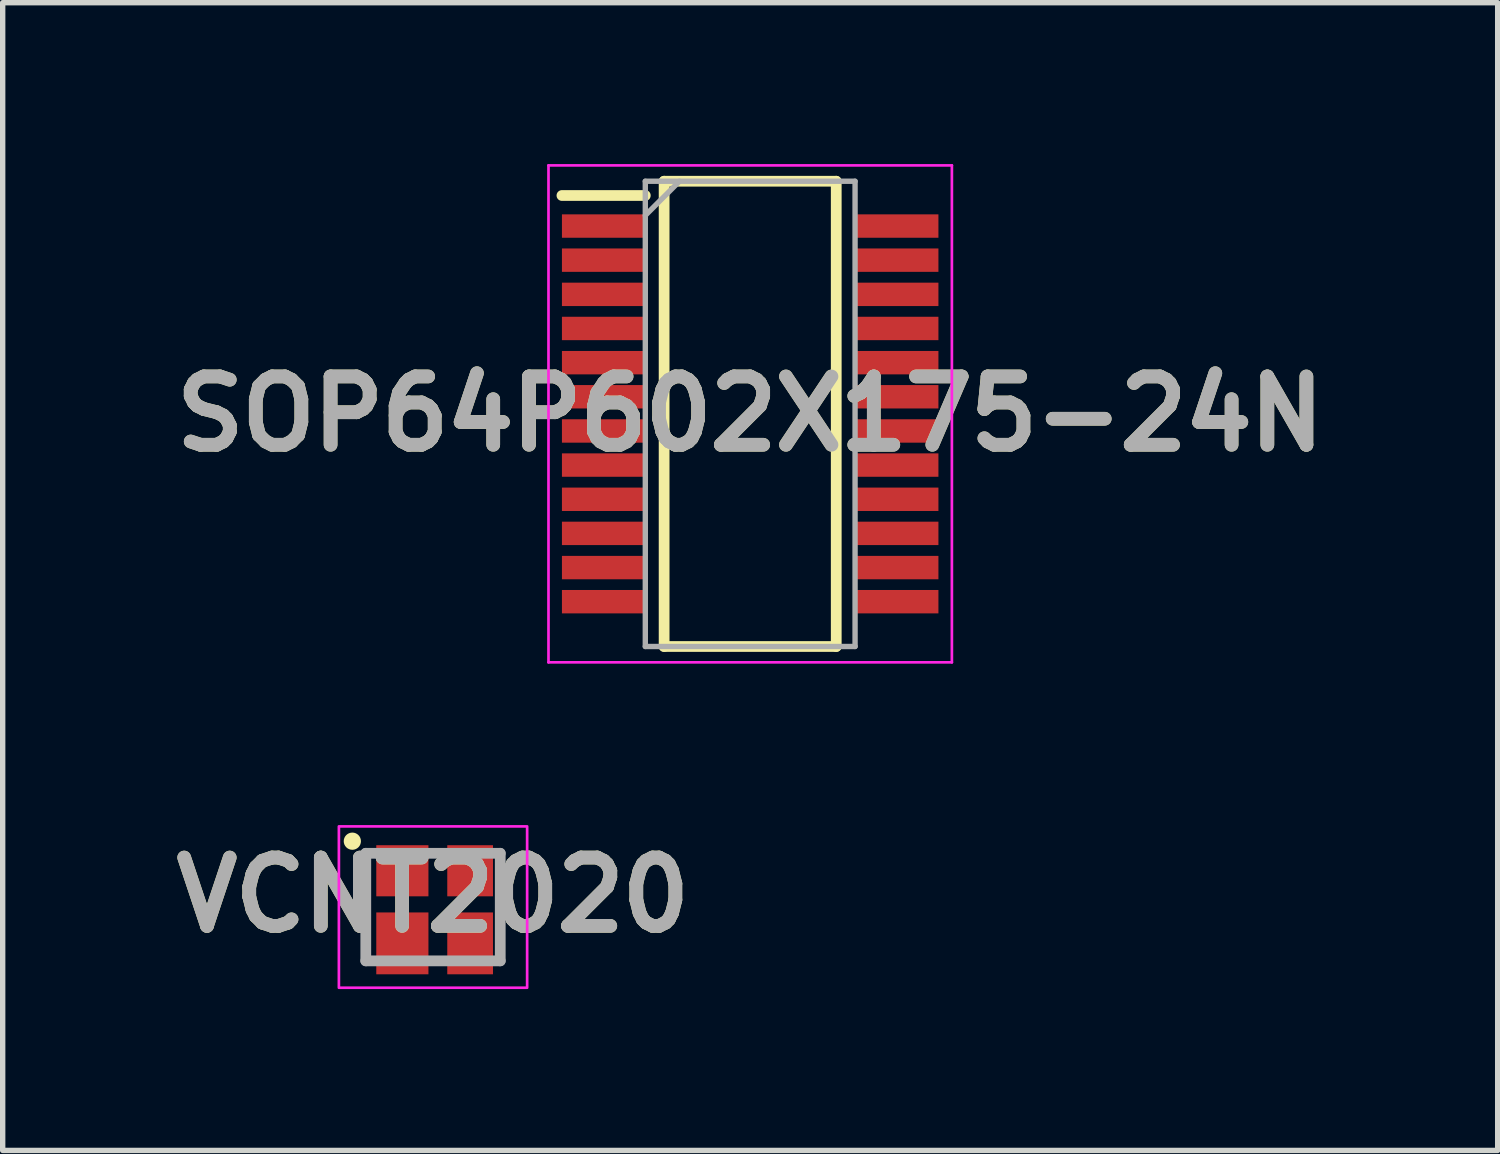
<source format=kicad_pcb>
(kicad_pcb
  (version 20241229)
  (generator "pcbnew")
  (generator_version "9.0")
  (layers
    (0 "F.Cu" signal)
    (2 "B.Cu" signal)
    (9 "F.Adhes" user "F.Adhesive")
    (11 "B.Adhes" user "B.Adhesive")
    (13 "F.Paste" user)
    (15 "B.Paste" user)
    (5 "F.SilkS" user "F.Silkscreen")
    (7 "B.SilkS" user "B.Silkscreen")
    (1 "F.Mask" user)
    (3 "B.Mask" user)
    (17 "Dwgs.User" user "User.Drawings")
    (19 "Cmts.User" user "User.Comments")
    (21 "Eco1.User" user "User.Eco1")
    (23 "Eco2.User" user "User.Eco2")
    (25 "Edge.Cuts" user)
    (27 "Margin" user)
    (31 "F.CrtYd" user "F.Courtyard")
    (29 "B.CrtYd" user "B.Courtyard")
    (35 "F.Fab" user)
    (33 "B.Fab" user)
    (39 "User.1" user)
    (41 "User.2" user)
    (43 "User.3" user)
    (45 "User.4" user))
  (footprint "VCNT2020"
    (layer "F.Cu")
    (at 5.001 13.815)
    (property "Reference" "VCNT2020" (at 0 -0.225 0) (layer "F.SilkS") (effects (font (size 1.27 1.27) (thickness 0.254))))
    (attr smd)
    (fp_line (start -1.25 -0.975) (end -1.25 1.025) (stroke (width 0.1) (type solid)) (layer "F.SilkS"))
    (fp_line (start 1.25 -0.975) (end 1.25 1.025) (stroke (width 0.1) (type solid)) (layer "F.SilkS"))
    (fp_circle (center -1.5 -1.225) (end -1.4 -1.225) (stroke (width 0.12) (type solid)) (fill yes) (layer "F.SilkS"))
    (fp_rect (start -1.75 -1.5) (end 1.75 1.5) (stroke (width 0.05) (type default)) (fill no) (layer "F.CrtYd"))
    (fp_line (start -1.25 -1) (end 1.25 -1) (stroke (width 0.2) (type solid)) (layer "F.Fab"))
    (fp_line (start -1.25 1) (end -1.25 -1) (stroke (width 0.2) (type solid)) (layer "F.Fab"))
    (fp_line (start 1.25 -1) (end 1.25 1) (stroke (width 0.2) (type solid)) (layer "F.Fab"))
    (fp_line (start 1.25 1) (end -1.25 1) (stroke (width 0.2) (type solid)) (layer "F.Fab"))
    (fp_text user "${REFERENCE}" (at 0 -0.225 0) (layer "F.Fab") (effects (font (size 1.27 1.27) (thickness 0.254))))
    (pad "1" smd rect (at -0.57 -0.675) (size 0.97 0.95) (layers "F.Cu" "F.Mask" "F.Paste"))
    (pad "2" smd rect (at -0.57 0.675) (size 0.97 1.15) (layers "F.Cu" "F.Mask" "F.Paste"))
    (pad "3" smd rect (at 0.69 -0.675) (size 0.85 0.95) (layers "F.Cu" "F.Mask" "F.Paste"))
    (pad "4" smd rect (at 0.69 0.675) (size 0.85 1.15) (layers "F.Cu" "F.Mask" "F.Paste")))
  (footprint "SOP64P602X175-24N"
    (layer "F.Cu")
    (at 10.898 4.645)
    (property "Reference" "SOP64P602X175-24N" (at 0 0 0) (layer "F.SilkS") (effects (font (size 1.27 1.27) (thickness 0.254))))
    (attr smd)
    (fp_line (start -3.5 -4.06) (end -1.95 -4.06) (stroke (width 0.2) (type solid)) (layer "F.SilkS"))
    (fp_line (start -1.6 -4.325) (end 1.6 -4.325) (stroke (width 0.2) (type solid)) (layer "F.SilkS"))
    (fp_line (start -1.6 4.325) (end -1.6 -4.325) (stroke (width 0.2) (type solid)) (layer "F.SilkS"))
    (fp_line (start 1.6 -4.325) (end 1.6 4.325) (stroke (width 0.2) (type solid)) (layer "F.SilkS"))
    (fp_line (start 1.6 4.325) (end -1.6 4.325) (stroke (width 0.2) (type solid)) (layer "F.SilkS"))
    (fp_line (start -3.75 -4.62) (end 3.75 -4.62) (stroke (width 0.05) (type solid)) (layer "F.CrtYd"))
    (fp_line (start -3.75 4.62) (end -3.75 -4.62) (stroke (width 0.05) (type solid)) (layer "F.CrtYd"))
    (fp_line (start 3.75 -4.62) (end 3.75 4.62) (stroke (width 0.05) (type solid)) (layer "F.CrtYd"))
    (fp_line (start 3.75 4.62) (end -3.75 4.62) (stroke (width 0.05) (type solid)) (layer "F.CrtYd"))
    (fp_line (start -1.95 -4.325) (end 1.95 -4.325) (stroke (width 0.1) (type solid)) (layer "F.Fab"))
    (fp_line (start -1.95 -3.69) (end -1.315 -4.325) (stroke (width 0.1) (type solid)) (layer "F.Fab"))
    (fp_line (start -1.95 4.325) (end -1.95 -4.325) (stroke (width 0.1) (type solid)) (layer "F.Fab"))
    (fp_line (start 1.95 -4.325) (end 1.95 4.325) (stroke (width 0.1) (type solid)) (layer "F.Fab"))
    (fp_line (start 1.95 4.325) (end -1.95 4.325) (stroke (width 0.1) (type solid)) (layer "F.Fab"))
    (fp_text user "${REFERENCE}" (at 0 0 0) (layer "F.Fab") (effects (font (size 1.27 1.27) (thickness 0.254))))
    (pad "1" smd rect (at -2.725 -3.492 90) (size 0.435 1.55) (layers "F.Cu" "F.Mask" "F.Paste"))
    (pad "2" smd rect (at -2.725 -2.858 90) (size 0.435 1.55) (layers "F.Cu" "F.Mask" "F.Paste"))
    (pad "3" smd rect (at -2.725 -2.222 90) (size 0.435 1.55) (layers "F.Cu" "F.Mask" "F.Paste"))
    (pad "4" smd rect (at -2.725 -1.588 90) (size 0.435 1.55) (layers "F.Cu" "F.Mask" "F.Paste"))
    (pad "5" smd rect (at -2.725 -0.952 90) (size 0.435 1.55) (layers "F.Cu" "F.Mask" "F.Paste"))
    (pad "6" smd rect (at -2.725 -0.318 90) (size 0.435 1.55) (layers "F.Cu" "F.Mask" "F.Paste"))
    (pad "7" smd rect (at -2.725 0.318 90) (size 0.435 1.55) (layers "F.Cu" "F.Mask" "F.Paste"))
    (pad "8" smd rect (at -2.725 0.952 90) (size 0.435 1.55) (layers "F.Cu" "F.Mask" "F.Paste"))
    (pad "9" smd rect (at -2.725 1.588 90) (size 0.435 1.55) (layers "F.Cu" "F.Mask" "F.Paste"))
    (pad "10" smd rect (at -2.725 2.222 90) (size 0.435 1.55) (layers "F.Cu" "F.Mask" "F.Paste"))
    (pad "11" smd rect (at -2.725 2.858 90) (size 0.435 1.55) (layers "F.Cu" "F.Mask" "F.Paste"))
    (pad "12" smd rect (at -2.725 3.492 90) (size 0.435 1.55) (layers "F.Cu" "F.Mask" "F.Paste"))
    (pad "13" smd rect (at 2.725 3.492 90) (size 0.435 1.55) (layers "F.Cu" "F.Mask" "F.Paste"))
    (pad "14" smd rect (at 2.725 2.858 90) (size 0.435 1.55) (layers "F.Cu" "F.Mask" "F.Paste"))
    (pad "15" smd rect (at 2.725 2.222 90) (size 0.435 1.55) (layers "F.Cu" "F.Mask" "F.Paste"))
    (pad "16" smd rect (at 2.725 1.588 90) (size 0.435 1.55) (layers "F.Cu" "F.Mask" "F.Paste"))
    (pad "17" smd rect (at 2.725 0.952 90) (size 0.435 1.55) (layers "F.Cu" "F.Mask" "F.Paste"))
    (pad "18" smd rect (at 2.725 0.318 90) (size 0.435 1.55) (layers "F.Cu" "F.Mask" "F.Paste"))
    (pad "19" smd rect (at 2.725 -0.318 90) (size 0.435 1.55) (layers "F.Cu" "F.Mask" "F.Paste"))
    (pad "20" smd rect (at 2.725 -0.952 90) (size 0.435 1.55) (layers "F.Cu" "F.Mask" "F.Paste"))
    (pad "21" smd rect (at 2.725 -1.588 90) (size 0.435 1.55) (layers "F.Cu" "F.Mask" "F.Paste"))
    (pad "22" smd rect (at 2.725 -2.222 90) (size 0.435 1.55) (layers "F.Cu" "F.Mask" "F.Paste"))
    (pad "23" smd rect (at 2.725 -2.858 90) (size 0.435 1.55) (layers "F.Cu" "F.Mask" "F.Paste"))
    (pad "24" smd rect (at 2.725 -3.492 90) (size 0.435 1.55) (layers "F.Cu" "F.Mask" "F.Paste")))
  (gr_rect
    (start -3 -3)
    (end 24.796 18.34)
    (stroke (width 0.1) (type default))
    (fill no)
    (layer "Edge.Cuts")))
</source>
